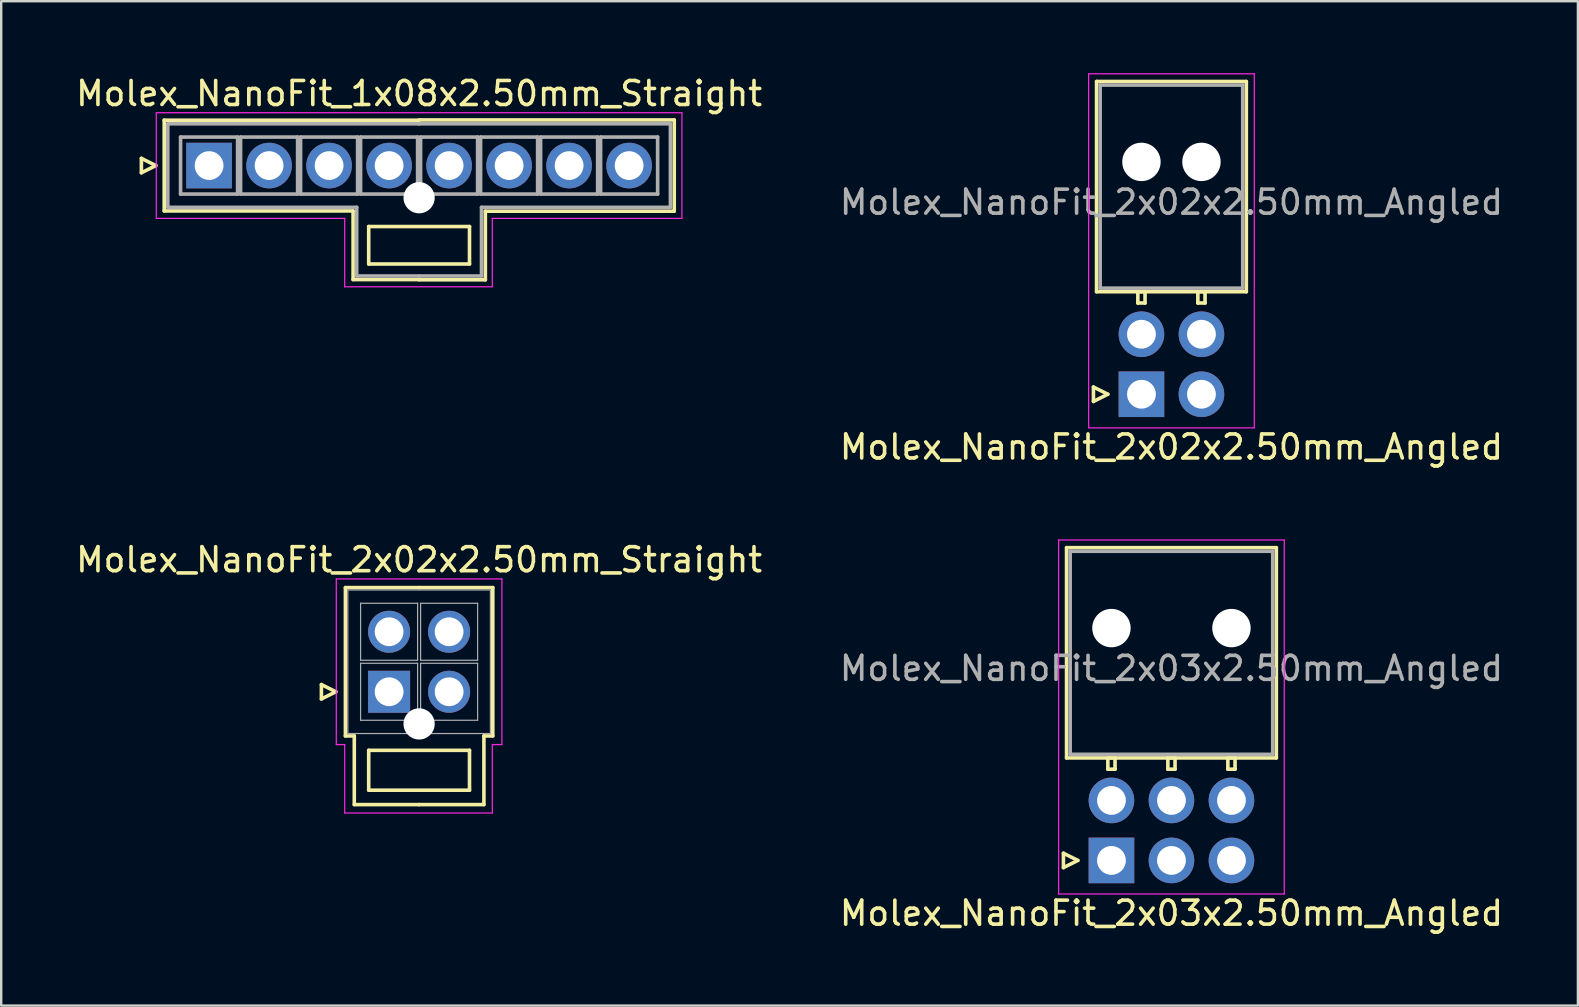
<source format=kicad_pcb>
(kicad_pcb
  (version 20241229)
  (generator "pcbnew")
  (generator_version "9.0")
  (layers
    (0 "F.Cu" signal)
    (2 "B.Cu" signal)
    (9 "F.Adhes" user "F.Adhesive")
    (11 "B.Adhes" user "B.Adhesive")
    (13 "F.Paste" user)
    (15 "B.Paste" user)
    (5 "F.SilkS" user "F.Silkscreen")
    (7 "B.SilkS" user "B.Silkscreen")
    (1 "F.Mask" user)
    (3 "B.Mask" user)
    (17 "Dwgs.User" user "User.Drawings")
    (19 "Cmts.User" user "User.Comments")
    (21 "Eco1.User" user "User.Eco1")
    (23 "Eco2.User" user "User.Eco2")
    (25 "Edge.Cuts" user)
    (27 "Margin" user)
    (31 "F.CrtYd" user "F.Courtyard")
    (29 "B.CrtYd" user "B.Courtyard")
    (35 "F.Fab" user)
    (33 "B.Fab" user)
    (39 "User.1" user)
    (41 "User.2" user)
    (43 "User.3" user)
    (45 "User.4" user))
  (footprint "Molex_NanoFit_2x03x2.50mm_Angled"
    (layer "F.Cu")
    (at 43.256 32.798)
    (property "Reference" "Molex_NanoFit_2x03x2.50mm_Angled" (at 2.5 2.2 0) (layer "F.SilkS") (effects (font (size 1 1) (thickness 0.15))))
    (attr through_hole)
    (fp_line (start -2 -0.3) (end -1.4 0) (stroke (width 0.15) (type solid)) (layer "F.SilkS"))
    (fp_line (start -2 0.3) (end -2 -0.3) (stroke (width 0.15) (type solid)) (layer "F.SilkS"))
    (fp_line (start -1.87 -13.03) (end -1.87 -4.27) (stroke (width 0.15) (type solid)) (layer "F.SilkS"))
    (fp_line (start -1.87 -4.27) (end 6.87 -4.27) (stroke (width 0.15) (type solid)) (layer "F.SilkS"))
    (fp_line (start -1.4 0) (end -2 0.3) (stroke (width 0.15) (type solid)) (layer "F.SilkS"))
    (fp_line (start -0.15 -4.27) (end -0.15 -3.8) (stroke (width 0.15) (type solid)) (layer "F.SilkS"))
    (fp_line (start -0.15 -3.8) (end 0.15 -3.8) (stroke (width 0.15) (type solid)) (layer "F.SilkS"))
    (fp_line (start 0.15 -4.27) (end -0.15 -4.27) (stroke (width 0.15) (type solid)) (layer "F.SilkS"))
    (fp_line (start 0.15 -3.8) (end 0.15 -4.27) (stroke (width 0.15) (type solid)) (layer "F.SilkS"))
    (fp_line (start 2.35 -4.27) (end 2.35 -3.8) (stroke (width 0.15) (type solid)) (layer "F.SilkS"))
    (fp_line (start 2.35 -3.8) (end 2.65 -3.8) (stroke (width 0.15) (type solid)) (layer "F.SilkS"))
    (fp_line (start 2.65 -4.27) (end 2.35 -4.27) (stroke (width 0.15) (type solid)) (layer "F.SilkS"))
    (fp_line (start 2.65 -3.8) (end 2.65 -4.27) (stroke (width 0.15) (type solid)) (layer "F.SilkS"))
    (fp_line (start 4.85 -4.27) (end 4.85 -3.8) (stroke (width 0.15) (type solid)) (layer "F.SilkS"))
    (fp_line (start 4.85 -3.8) (end 5.15 -3.8) (stroke (width 0.15) (type solid)) (layer "F.SilkS"))
    (fp_line (start 5.15 -4.27) (end 4.85 -4.27) (stroke (width 0.15) (type solid)) (layer "F.SilkS"))
    (fp_line (start 5.15 -3.8) (end 5.15 -4.27) (stroke (width 0.15) (type solid)) (layer "F.SilkS"))
    (fp_line (start 6.87 -13.03) (end -1.87 -13.03) (stroke (width 0.15) (type solid)) (layer "F.SilkS"))
    (fp_line (start 6.87 -4.27) (end 6.87 -13.03) (stroke (width 0.15) (type solid)) (layer "F.SilkS"))
    (fp_line (start -2.2 -13.35) (end -2.2 1.4) (stroke (width 0.05) (type solid)) (layer "F.CrtYd"))
    (fp_line (start -2.2 1.4) (end 7.2 1.4) (stroke (width 0.05) (type solid)) (layer "F.CrtYd"))
    (fp_line (start 7.2 -13.35) (end -2.2 -13.35) (stroke (width 0.05) (type solid)) (layer "F.CrtYd"))
    (fp_line (start 7.2 1.4) (end 7.2 -13.35) (stroke (width 0.05) (type solid)) (layer "F.CrtYd"))
    (fp_line (start -1.72 -12.88) (end -1.72 -4.42) (stroke (width 0.15) (type solid)) (layer "F.Fab"))
    (fp_line (start -1.72 -4.42) (end 6.72 -4.42) (stroke (width 0.15) (type solid)) (layer "F.Fab"))
    (fp_line (start 6.72 -12.88) (end -1.72 -12.88) (stroke (width 0.15) (type solid)) (layer "F.Fab"))
    (fp_line (start 6.72 -4.42) (end 6.72 -12.88) (stroke (width 0.15) (type solid)) (layer "F.Fab"))
    (fp_text user "${REFERENCE}" (at 2.5 -8 0) (layer "F.Fab") (effects (font (size 1 1) (thickness 0.15))))
    (pad "" np_thru_hole circle (at 0 -9.68) (size 1.6 1.6) (drill 1.6) (layers "*.Cu"))
    (pad "" np_thru_hole circle (at 5 -9.68) (size 1.6 1.6) (drill 1.6) (layers "*.Cu"))
    (pad "1" thru_hole rect (at 0 0) (size 1.9 1.9) (drill 1.2) (layers "*.Cu" "*.Mask"))
    (pad "2" thru_hole circle (at 2.5 0) (size 1.9 1.9) (drill 1.2) (layers "*.Cu" "*.Mask"))
    (pad "3" thru_hole circle (at 5 0) (size 1.9 1.9) (drill 1.2) (layers "*.Cu" "*.Mask"))
    (pad "4" thru_hole circle (at 0 -2.5) (size 1.9 1.9) (drill 1.2) (layers "*.Cu" "*.Mask"))
    (pad "5" thru_hole circle (at 2.5 -2.5) (size 1.9 1.9) (drill 1.2) (layers "*.Cu" "*.Mask"))
    (pad "6" thru_hole circle (at 5 -2.5) (size 1.9 1.9) (drill 1.2) (layers "*.Cu" "*.Mask")))
  (footprint "Molex_NanoFit_1x08x2.50mm_Straight"
    (layer "F.Cu")
    (at 5.661 3.848)
    (property "Reference" "Molex_NanoFit_1x08x2.50mm_Straight" (at 8.75 -3 0) (layer "F.SilkS") (effects (font (size 1 1) (thickness 0.15))))
    (attr through_hole)
    (fp_line (start -2.82 -0.3) (end -2.22 0) (stroke (width 0.15) (type solid)) (layer "F.SilkS"))
    (fp_line (start -2.82 0.3) (end -2.82 -0.3) (stroke (width 0.15) (type solid)) (layer "F.SilkS"))
    (fp_line (start -2.22 0) (end -2.82 0.3) (stroke (width 0.15) (type solid)) (layer "F.SilkS"))
    (fp_line (start -1.87 -1.89) (end -1.87 1.89) (stroke (width 0.15) (type solid)) (layer "F.SilkS"))
    (fp_line (start -1.87 1.89) (end 6 1.89) (stroke (width 0.15) (type solid)) (layer "F.SilkS"))
    (fp_line (start 6 1.89) (end 6 4.75) (stroke (width 0.15) (type solid)) (layer "F.SilkS"))
    (fp_line (start 6 4.75) (end 8.75 4.75) (stroke (width 0.15) (type solid)) (layer "F.SilkS"))
    (fp_line (start 6.65 2.54) (end 6.65 4.1) (stroke (width 0.15) (type solid)) (layer "F.SilkS"))
    (fp_line (start 6.65 4.1) (end 10.85 4.1) (stroke (width 0.15) (type solid)) (layer "F.SilkS"))
    (fp_line (start 8.75 -1.9) (end 19.38 -1.9) (stroke (width 0.15) (type solid)) (layer "F.SilkS"))
    (fp_line (start 8.75 -1.89) (end -1.87 -1.89) (stroke (width 0.15) (type solid)) (layer "F.SilkS"))
    (fp_line (start 10.85 2.54) (end 6.65 2.54) (stroke (width 0.15) (type solid)) (layer "F.SilkS"))
    (fp_line (start 10.85 4.1) (end 10.85 2.54) (stroke (width 0.15) (type solid)) (layer "F.SilkS"))
    (fp_line (start 11.51 1.9) (end 11.51 4.76) (stroke (width 0.15) (type solid)) (layer "F.SilkS"))
    (fp_line (start 11.51 4.76) (end 8.75 4.76) (stroke (width 0.15) (type solid)) (layer "F.SilkS"))
    (fp_line (start 19.38 -1.9) (end 19.38 1.9) (stroke (width 0.15) (type solid)) (layer "F.SilkS"))
    (fp_line (start 19.38 1.9) (end 11.51 1.9) (stroke (width 0.15) (type solid)) (layer "F.SilkS"))
    (fp_line (start -2.2 -2.2) (end -2.2 2.2) (stroke (width 0.05) (type solid)) (layer "F.CrtYd"))
    (fp_line (start -2.2 2.2) (end 5.65 2.2) (stroke (width 0.05) (type solid)) (layer "F.CrtYd"))
    (fp_line (start 5.65 2.2) (end 5.65 5.05) (stroke (width 0.05) (type solid)) (layer "F.CrtYd"))
    (fp_line (start 5.65 5.05) (end 11.8 5.05) (stroke (width 0.05) (type solid)) (layer "F.CrtYd"))
    (fp_line (start 11.8 2.2) (end 19.7 2.2) (stroke (width 0.05) (type solid)) (layer "F.CrtYd"))
    (fp_line (start 11.8 5.05) (end 11.8 2.2) (stroke (width 0.05) (type solid)) (layer "F.CrtYd"))
    (fp_line (start 19.7 -2.2) (end -2.2 -2.2) (stroke (width 0.05) (type solid)) (layer "F.CrtYd"))
    (fp_line (start 19.7 2.2) (end 19.7 -2.2) (stroke (width 0.05) (type solid)) (layer "F.CrtYd"))
    (fp_line (start -1.72 -1.74) (end -1.72 1.74) (stroke (width 0.15) (type solid)) (layer "F.Fab"))
    (fp_line (start -1.72 1.74) (end 6.15 1.74) (stroke (width 0.15) (type solid)) (layer "F.Fab"))
    (fp_line (start -1.188 -1.188) (end -1.188 1.188) (stroke (width 0.15) (type solid)) (layer "F.Fab"))
    (fp_line (start -1.188 1.188) (end 1.188 1.188) (stroke (width 0.15) (type solid)) (layer "F.Fab"))
    (fp_line (start 1.188 -1.188) (end -1.188 -1.188) (stroke (width 0.15) (type solid)) (layer "F.Fab"))
    (fp_line (start 1.188 1.188) (end 1.188 -1.188) (stroke (width 0.15) (type solid)) (layer "F.Fab"))
    (fp_line (start 1.312 -1.188) (end 1.312 1.188) (stroke (width 0.15) (type solid)) (layer "F.Fab"))
    (fp_line (start 1.312 1.188) (end 3.688 1.188) (stroke (width 0.15) (type solid)) (layer "F.Fab"))
    (fp_line (start 3.688 -1.188) (end 1.312 -1.188) (stroke (width 0.15) (type solid)) (layer "F.Fab"))
    (fp_line (start 3.688 1.188) (end 3.688 -1.188) (stroke (width 0.15) (type solid)) (layer "F.Fab"))
    (fp_line (start 3.812 -1.188) (end 3.812 1.188) (stroke (width 0.15) (type solid)) (layer "F.Fab"))
    (fp_line (start 3.812 1.188) (end 6.188 1.188) (stroke (width 0.15) (type solid)) (layer "F.Fab"))
    (fp_line (start 6.15 1.74) (end 6.15 4.6) (stroke (width 0.15) (type solid)) (layer "F.Fab"))
    (fp_line (start 6.15 4.6) (end 8.75 4.6) (stroke (width 0.15) (type solid)) (layer "F.Fab"))
    (fp_line (start 6.188 -1.188) (end 3.812 -1.188) (stroke (width 0.15) (type solid)) (layer "F.Fab"))
    (fp_line (start 6.188 1.188) (end 6.188 -1.188) (stroke (width 0.15) (type solid)) (layer "F.Fab"))
    (fp_line (start 6.312 -1.188) (end 6.312 1.188) (stroke (width 0.15) (type solid)) (layer "F.Fab"))
    (fp_line (start 6.312 1.188) (end 8.688 1.188) (stroke (width 0.15) (type solid)) (layer "F.Fab"))
    (fp_line (start 8.688 -1.188) (end 6.312 -1.188) (stroke (width 0.15) (type solid)) (layer "F.Fab"))
    (fp_line (start 8.688 1.188) (end 8.688 -1.188) (stroke (width 0.15) (type solid)) (layer "F.Fab"))
    (fp_line (start 8.75 -1.74) (end -1.72 -1.74) (stroke (width 0.15) (type solid)) (layer "F.Fab"))
    (fp_line (start 8.75 -1.74) (end 19.22 -1.74) (stroke (width 0.15) (type solid)) (layer "F.Fab"))
    (fp_line (start 8.812 -1.188) (end 8.812 1.188) (stroke (width 0.15) (type solid)) (layer "F.Fab"))
    (fp_line (start 8.812 1.188) (end 11.188 1.188) (stroke (width 0.15) (type solid)) (layer "F.Fab"))
    (fp_line (start 11.188 -1.188) (end 8.812 -1.188) (stroke (width 0.15) (type solid)) (layer "F.Fab"))
    (fp_line (start 11.188 1.188) (end 11.188 -1.188) (stroke (width 0.15) (type solid)) (layer "F.Fab"))
    (fp_line (start 11.312 -1.188) (end 11.312 1.188) (stroke (width 0.15) (type solid)) (layer "F.Fab"))
    (fp_line (start 11.312 1.188) (end 13.688 1.188) (stroke (width 0.15) (type solid)) (layer "F.Fab"))
    (fp_line (start 11.35 1.74) (end 11.35 4.6) (stroke (width 0.15) (type solid)) (layer "F.Fab"))
    (fp_line (start 11.35 4.6) (end 8.75 4.6) (stroke (width 0.15) (type solid)) (layer "F.Fab"))
    (fp_line (start 13.688 -1.188) (end 11.312 -1.188) (stroke (width 0.15) (type solid)) (layer "F.Fab"))
    (fp_line (start 13.688 1.188) (end 13.688 -1.188) (stroke (width 0.15) (type solid)) (layer "F.Fab"))
    (fp_line (start 13.812 -1.188) (end 13.812 1.188) (stroke (width 0.15) (type solid)) (layer "F.Fab"))
    (fp_line (start 13.812 1.188) (end 16.188 1.188) (stroke (width 0.15) (type solid)) (layer "F.Fab"))
    (fp_line (start 16.188 -1.188) (end 13.812 -1.188) (stroke (width 0.15) (type solid)) (layer "F.Fab"))
    (fp_line (start 16.188 1.188) (end 16.188 -1.188) (stroke (width 0.15) (type solid)) (layer "F.Fab"))
    (fp_line (start 16.312 -1.188) (end 16.312 1.188) (stroke (width 0.15) (type solid)) (layer "F.Fab"))
    (fp_line (start 16.312 1.188) (end 18.688 1.188) (stroke (width 0.15) (type solid)) (layer "F.Fab"))
    (fp_line (start 18.688 -1.188) (end 16.312 -1.188) (stroke (width 0.15) (type solid)) (layer "F.Fab"))
    (fp_line (start 18.688 1.188) (end 18.688 -1.188) (stroke (width 0.15) (type solid)) (layer "F.Fab"))
    (fp_line (start 19.22 -1.74) (end 19.22 1.74) (stroke (width 0.15) (type solid)) (layer "F.Fab"))
    (fp_line (start 19.22 1.74) (end 11.35 1.74) (stroke (width 0.15) (type solid)) (layer "F.Fab"))
    (pad "" np_thru_hole circle (at 8.75 1.34) (size 1.3 1.3) (drill 1.3) (layers "*.Cu"))
    (pad "1" thru_hole rect (at 0 0) (size 1.9 1.9) (drill 1.2) (layers "*.Cu" "*.Mask"))
    (pad "2" thru_hole circle (at 2.5 0) (size 1.9 1.9) (drill 1.2) (layers "*.Cu" "*.Mask"))
    (pad "3" thru_hole circle (at 5 0) (size 1.9 1.9) (drill 1.2) (layers "*.Cu" "*.Mask"))
    (pad "4" thru_hole circle (at 7.5 0) (size 1.9 1.9) (drill 1.2) (layers "*.Cu" "*.Mask"))
    (pad "5" thru_hole circle (at 10 0) (size 1.9 1.9) (drill 1.2) (layers "*.Cu" "*.Mask"))
    (pad "6" thru_hole circle (at 12.5 0) (size 1.9 1.9) (drill 1.2) (layers "*.Cu" "*.Mask"))
    (pad "7" thru_hole circle (at 15 0) (size 1.9 1.9) (drill 1.2) (layers "*.Cu" "*.Mask"))
    (pad "8" thru_hole circle (at 17.5 0) (size 1.9 1.9) (drill 1.2) (layers "*.Cu" "*.Mask")))
  (footprint "Molex_NanoFit_2x02x2.50mm_Straight"
    (layer "F.Cu")
    (at 13.161 25.771)
    (property "Reference" "Molex_NanoFit_2x02x2.50mm_Straight" (at 1.25 -5.5 0) (layer "F.SilkS") (effects (font (size 1 1) (thickness 0.15))))
    (attr through_hole)
    (fp_line (start -2.82 -0.3) (end -2.22 0) (stroke (width 0.15) (type solid)) (layer "F.SilkS"))
    (fp_line (start -2.82 0.3) (end -2.82 -0.3) (stroke (width 0.15) (type solid)) (layer "F.SilkS"))
    (fp_line (start -2.22 0) (end -2.82 0.3) (stroke (width 0.15) (type solid)) (layer "F.SilkS"))
    (fp_line (start -1.82 -4.34) (end -1.82 1.84) (stroke (width 0.15) (type solid)) (layer "F.SilkS"))
    (fp_line (start -1.82 1.84) (end -1.45 1.84) (stroke (width 0.15) (type solid)) (layer "F.SilkS"))
    (fp_line (start -1.45 1.84) (end -1.45 4.7) (stroke (width 0.15) (type solid)) (layer "F.SilkS"))
    (fp_line (start -1.45 4.7) (end 1.25 4.7) (stroke (width 0.15) (type solid)) (layer "F.SilkS"))
    (fp_line (start -0.85 2.44) (end -0.85 4.1) (stroke (width 0.15) (type solid)) (layer "F.SilkS"))
    (fp_line (start -0.85 4.1) (end 3.35 4.1) (stroke (width 0.15) (type solid)) (layer "F.SilkS"))
    (fp_line (start 1.25 -4.34) (end -1.82 -4.34) (stroke (width 0.15) (type solid)) (layer "F.SilkS"))
    (fp_line (start 1.25 -4.34) (end 4.32 -4.34) (stroke (width 0.15) (type solid)) (layer "F.SilkS"))
    (fp_line (start 3.35 2.44) (end -0.85 2.44) (stroke (width 0.15) (type solid)) (layer "F.SilkS"))
    (fp_line (start 3.35 4.1) (end 3.35 2.44) (stroke (width 0.15) (type solid)) (layer "F.SilkS"))
    (fp_line (start 3.95 1.84) (end 3.95 4.7) (stroke (width 0.15) (type solid)) (layer "F.SilkS"))
    (fp_line (start 3.95 4.7) (end 1.25 4.7) (stroke (width 0.15) (type solid)) (layer "F.SilkS"))
    (fp_line (start 4.32 -4.34) (end 4.32 1.84) (stroke (width 0.15) (type solid)) (layer "F.SilkS"))
    (fp_line (start 4.32 1.84) (end 3.95 1.84) (stroke (width 0.15) (type solid)) (layer "F.SilkS"))
    (fp_line (start -2.2 -4.7) (end -2.2 2.2) (stroke (width 0.05) (type solid)) (layer "F.CrtYd"))
    (fp_line (start -2.2 2.2) (end -1.85 2.2) (stroke (width 0.05) (type solid)) (layer "F.CrtYd"))
    (fp_line (start -1.85 2.2) (end -1.85 5.05) (stroke (width 0.05) (type solid)) (layer "F.CrtYd"))
    (fp_line (start -1.85 5.05) (end 4.3 5.05) (stroke (width 0.05) (type solid)) (layer "F.CrtYd"))
    (fp_line (start 4.3 2.2) (end 4.7 2.2) (stroke (width 0.05) (type solid)) (layer "F.CrtYd"))
    (fp_line (start 4.3 5.05) (end 4.3 2.2) (stroke (width 0.05) (type solid)) (layer "F.CrtYd"))
    (fp_line (start 4.7 -4.7) (end -2.2 -4.7) (stroke (width 0.05) (type solid)) (layer "F.CrtYd"))
    (fp_line (start 4.7 2.2) (end 4.7 -4.7) (stroke (width 0.05) (type solid)) (layer "F.CrtYd"))
    (fp_line (start -1.72 -4.24) (end -1.72 1.74) (stroke (width 0.05) (type solid)) (layer "F.Fab"))
    (fp_line (start -1.72 1.74) (end 4.22 1.74) (stroke (width 0.05) (type solid)) (layer "F.Fab"))
    (fp_line (start -1.188 -3.688) (end -1.188 -1.312) (stroke (width 0.05) (type solid)) (layer "F.Fab"))
    (fp_line (start -1.188 -1.312) (end 1.188 -1.312) (stroke (width 0.05) (type solid)) (layer "F.Fab"))
    (fp_line (start -1.188 -1.188) (end -1.188 1.188) (stroke (width 0.05) (type solid)) (layer "F.Fab"))
    (fp_line (start -1.188 1.188) (end 1.188 1.188) (stroke (width 0.05) (type solid)) (layer "F.Fab"))
    (fp_line (start 1.188 -3.688) (end -1.188 -3.688) (stroke (width 0.05) (type solid)) (layer "F.Fab"))
    (fp_line (start 1.188 -1.312) (end 1.188 -3.688) (stroke (width 0.05) (type solid)) (layer "F.Fab"))
    (fp_line (start 1.188 -1.188) (end -1.188 -1.188) (stroke (width 0.05) (type solid)) (layer "F.Fab"))
    (fp_line (start 1.188 1.188) (end 1.188 -1.188) (stroke (width 0.05) (type solid)) (layer "F.Fab"))
    (fp_line (start 1.312 -3.688) (end 1.312 -1.312) (stroke (width 0.05) (type solid)) (layer "F.Fab"))
    (fp_line (start 1.312 -1.312) (end 3.688 -1.312) (stroke (width 0.05) (type solid)) (layer "F.Fab"))
    (fp_line (start 1.312 -1.188) (end 1.312 1.188) (stroke (width 0.05) (type solid)) (layer "F.Fab"))
    (fp_line (start 1.312 1.188) (end 3.688 1.188) (stroke (width 0.05) (type solid)) (layer "F.Fab"))
    (fp_line (start 3.688 -3.688) (end 1.312 -3.688) (stroke (width 0.05) (type solid)) (layer "F.Fab"))
    (fp_line (start 3.688 -1.312) (end 3.688 -3.688) (stroke (width 0.05) (type solid)) (layer "F.Fab"))
    (fp_line (start 3.688 -1.188) (end 1.312 -1.188) (stroke (width 0.05) (type solid)) (layer "F.Fab"))
    (fp_line (start 3.688 1.188) (end 3.688 -1.188) (stroke (width 0.05) (type solid)) (layer "F.Fab"))
    (fp_line (start 4.22 -4.24) (end -1.72 -4.24) (stroke (width 0.05) (type solid)) (layer "F.Fab"))
    (fp_line (start 4.22 1.74) (end 4.22 -4.24) (stroke (width 0.05) (type solid)) (layer "F.Fab"))
    (pad "" np_thru_hole circle (at 1.25 1.34) (size 1.3 1.3) (drill 1.3) (layers "*.Cu"))
    (pad "1" thru_hole rect (at 0 0) (size 1.75 1.75) (drill 1.2) (layers "*.Cu" "*.Mask"))
    (pad "2" thru_hole circle (at 2.5 0) (size 1.75 1.75) (drill 1.2) (layers "*.Cu" "*.Mask"))
    (pad "3" thru_hole circle (at 0 -2.5) (size 1.75 1.75) (drill 1.2) (layers "*.Cu" "*.Mask"))
    (pad "4" thru_hole circle (at 2.5 -2.5) (size 1.75 1.75) (drill 1.2) (layers "*.Cu" "*.Mask")))
  (footprint "Molex_NanoFit_2x02x2.50mm_Angled"
    (layer "F.Cu")
    (at 44.506 13.375)
    (property "Reference" "Molex_NanoFit_2x02x2.50mm_Angled" (at 1.25 2.2 0) (layer "F.SilkS") (effects (font (size 1 1) (thickness 0.15))))
    (attr through_hole)
    (fp_line (start -2 -0.3) (end -1.4 0) (stroke (width 0.15) (type solid)) (layer "F.SilkS"))
    (fp_line (start -2 0.3) (end -2 -0.3) (stroke (width 0.15) (type solid)) (layer "F.SilkS"))
    (fp_line (start -1.87 -13.03) (end -1.87 -4.27) (stroke (width 0.15) (type solid)) (layer "F.SilkS"))
    (fp_line (start -1.87 -4.27) (end 4.37 -4.27) (stroke (width 0.15) (type solid)) (layer "F.SilkS"))
    (fp_line (start -1.4 0) (end -2 0.3) (stroke (width 0.15) (type solid)) (layer "F.SilkS"))
    (fp_line (start -0.15 -4.27) (end -0.15 -3.8) (stroke (width 0.15) (type solid)) (layer "F.SilkS"))
    (fp_line (start -0.15 -3.8) (end 0.15 -3.8) (stroke (width 0.15) (type solid)) (layer "F.SilkS"))
    (fp_line (start 0.15 -4.27) (end -0.15 -4.27) (stroke (width 0.15) (type solid)) (layer "F.SilkS"))
    (fp_line (start 0.15 -3.8) (end 0.15 -4.27) (stroke (width 0.15) (type solid)) (layer "F.SilkS"))
    (fp_line (start 2.35 -4.27) (end 2.35 -3.8) (stroke (width 0.15) (type solid)) (layer "F.SilkS"))
    (fp_line (start 2.35 -3.8) (end 2.65 -3.8) (stroke (width 0.15) (type solid)) (layer "F.SilkS"))
    (fp_line (start 2.65 -4.27) (end 2.35 -4.27) (stroke (width 0.15) (type solid)) (layer "F.SilkS"))
    (fp_line (start 2.65 -3.8) (end 2.65 -4.27) (stroke (width 0.15) (type solid)) (layer "F.SilkS"))
    (fp_line (start 4.37 -13.03) (end -1.87 -13.03) (stroke (width 0.15) (type solid)) (layer "F.SilkS"))
    (fp_line (start 4.37 -4.27) (end 4.37 -13.03) (stroke (width 0.15) (type solid)) (layer "F.SilkS"))
    (fp_line (start -2.2 -13.35) (end -2.2 1.4) (stroke (width 0.05) (type solid)) (layer "F.CrtYd"))
    (fp_line (start -2.2 1.4) (end 4.7 1.4) (stroke (width 0.05) (type solid)) (layer "F.CrtYd"))
    (fp_line (start 4.7 -13.35) (end -2.2 -13.35) (stroke (width 0.05) (type solid)) (layer "F.CrtYd"))
    (fp_line (start 4.7 1.4) (end 4.7 -13.35) (stroke (width 0.05) (type solid)) (layer "F.CrtYd"))
    (fp_line (start -1.72 -12.88) (end -1.72 -4.42) (stroke (width 0.15) (type solid)) (layer "F.Fab"))
    (fp_line (start -1.72 -4.42) (end 4.22 -4.42) (stroke (width 0.15) (type solid)) (layer "F.Fab"))
    (fp_line (start 4.22 -12.88) (end -1.72 -12.88) (stroke (width 0.15) (type solid)) (layer "F.Fab"))
    (fp_line (start 4.22 -4.42) (end 4.22 -12.88) (stroke (width 0.15) (type solid)) (layer "F.Fab"))
    (fp_text user "${REFERENCE}" (at 1.25 -8 0) (layer "F.Fab") (effects (font (size 1 1) (thickness 0.15))))
    (pad "" np_thru_hole circle (at 0 -9.68) (size 1.6 1.6) (drill 1.6) (layers "*.Cu"))
    (pad "" np_thru_hole circle (at 2.5 -9.68) (size 1.6 1.6) (drill 1.6) (layers "*.Cu"))
    (pad "1" thru_hole rect (at 0 0) (size 1.9 1.9) (drill 1.2) (layers "*.Cu" "*.Mask"))
    (pad "2" thru_hole circle (at 2.5 0) (size 1.9 1.9) (drill 1.2) (layers "*.Cu" "*.Mask"))
    (pad "3" thru_hole circle (at 0 -2.5) (size 1.9 1.9) (drill 1.2) (layers "*.Cu" "*.Mask"))
    (pad "4" thru_hole circle (at 2.5 -2.5) (size 1.9 1.9) (drill 1.2) (layers "*.Cu" "*.Mask")))
  (gr_rect
    (start -3 -3)
    (end 62.69 38.846)
    (stroke (width 0.1) (type default))
    (fill no)
    (layer "Edge.Cuts")))
</source>
